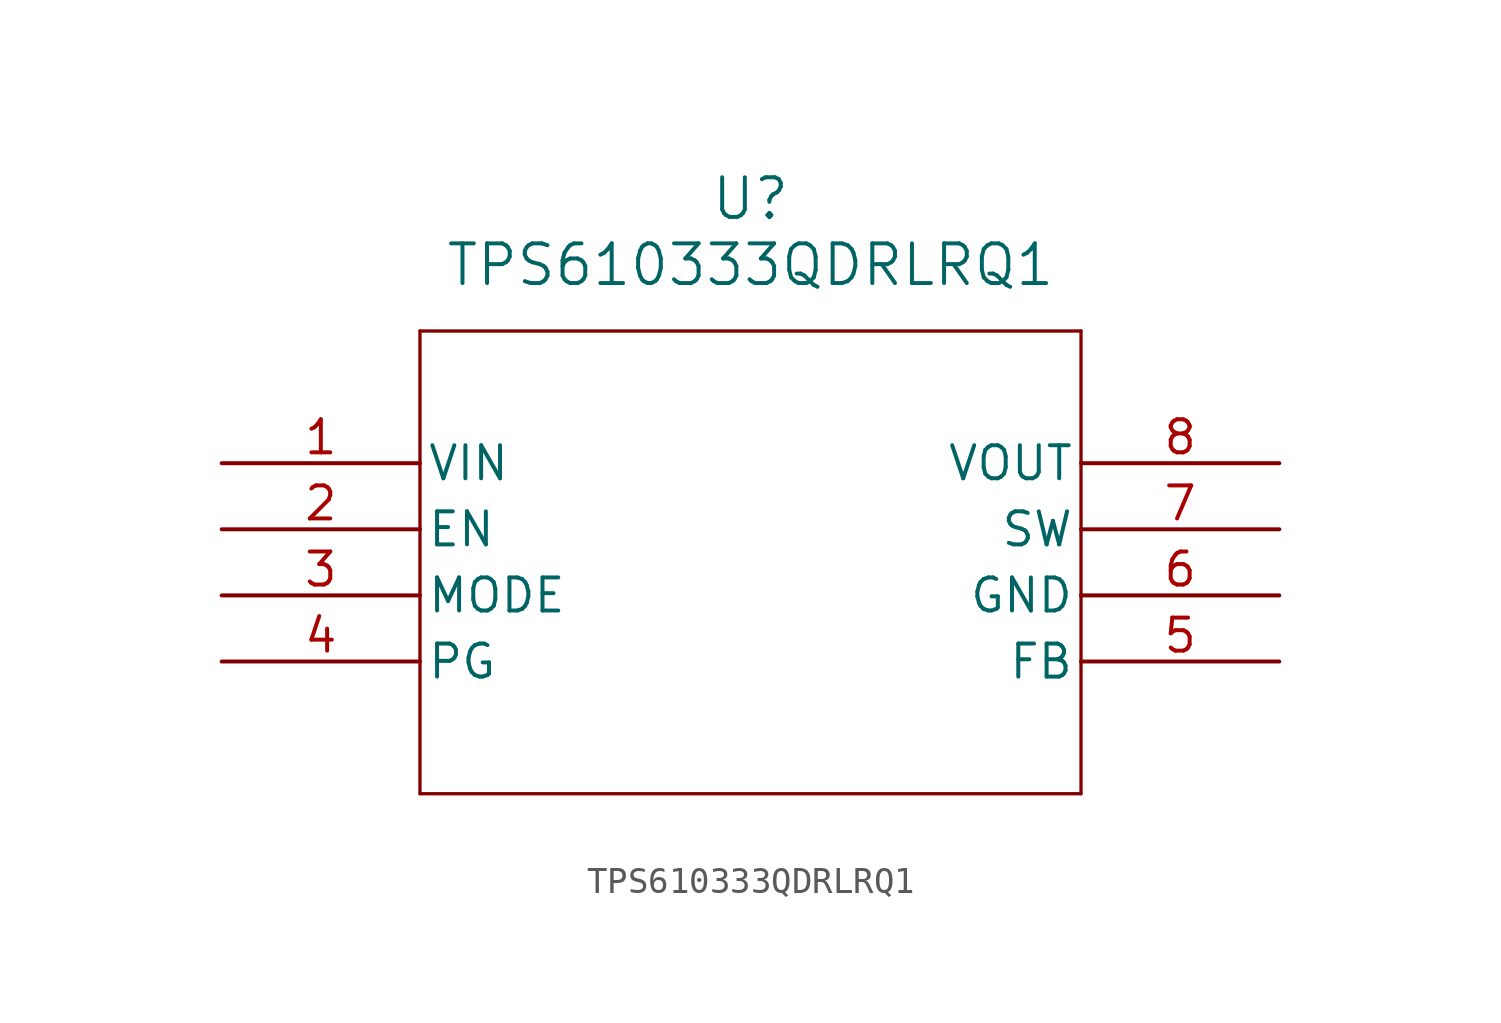
<source format=kicad_sym>
(kicad_symbol_lib
  (version 20211014)
  (generator kicad_symbol_editor)
  (symbol "TPS610333QDRLRQ1"
    (pin_names
      (offset 0.254))
    (property "Reference" "U"
      (at 20.32 10.16 0)
      (effects (font (size 1.524 1.524))))
    (property "Value" "TPS610333QDRLRQ1"
      (at 20.32 7.62 0)
      (effects (font (size 1.524 1.524))))
    (symbol "TPS610333QDRLRQ1_0_1"
      (polyline (pts (xy 7.62 5.08) (xy 7.62 -12.7)) (stroke (width 0.127) (type default) (color 0 0 0 0)) (fill (type none)))
      (polyline (pts (xy 7.62 -12.7) (xy 33.02 -12.7)) (stroke (width 0.127) (type default) (color 0 0 0 0)) (fill (type none)))
      (polyline (pts (xy 33.02 -12.7) (xy 33.02 5.08)) (stroke (width 0.127) (type default) (color 0 0 0 0)) (fill (type none)))
      (polyline (pts (xy 33.02 5.08) (xy 7.62 5.08)) (stroke (width 0.127) (type default) (color 0 0 0 0)) (fill (type none)))
      (pin power_in line (at 0 0 0) (length 7.62) (name "VIN" (effects (font (size 1.27 1.27)))) (number "1" (effects (font (size 1.27 1.27)))))
      (pin input line (at 0 -2.54 0) (length 7.62) (name "EN" (effects (font (size 1.27 1.27)))) (number "2" (effects (font (size 1.27 1.27)))))
      (pin input line (at 0 -5.08 0) (length 7.62) (name "MODE" (effects (font (size 1.27 1.27)))) (number "3" (effects (font (size 1.27 1.27)))))
      (pin output line (at 0 -7.62 0) (length 7.62) (name "PG" (effects (font (size 1.27 1.27)))) (number "4" (effects (font (size 1.27 1.27)))))
      (pin input line (at 40.64 -7.62 180) (length 7.62) (name "FB" (effects (font (size 1.27 1.27)))) (number "5" (effects (font (size 1.27 1.27)))))
      (pin power_out line (at 40.64 -5.08 180) (length 7.62) (name "GND" (effects (font (size 1.27 1.27)))) (number "6" (effects (font (size 1.27 1.27)))))
      (pin power_in line (at 40.64 -2.54 180) (length 7.62) (name "SW" (effects (font (size 1.27 1.27)))) (number "7" (effects (font (size 1.27 1.27)))))
      (pin output line (at 40.64 0 180) (length 7.62) (name "VOUT" (effects (font (size 1.27 1.27)))) (number "8" (effects (font (size 1.27 1.27))))))))
</source>
